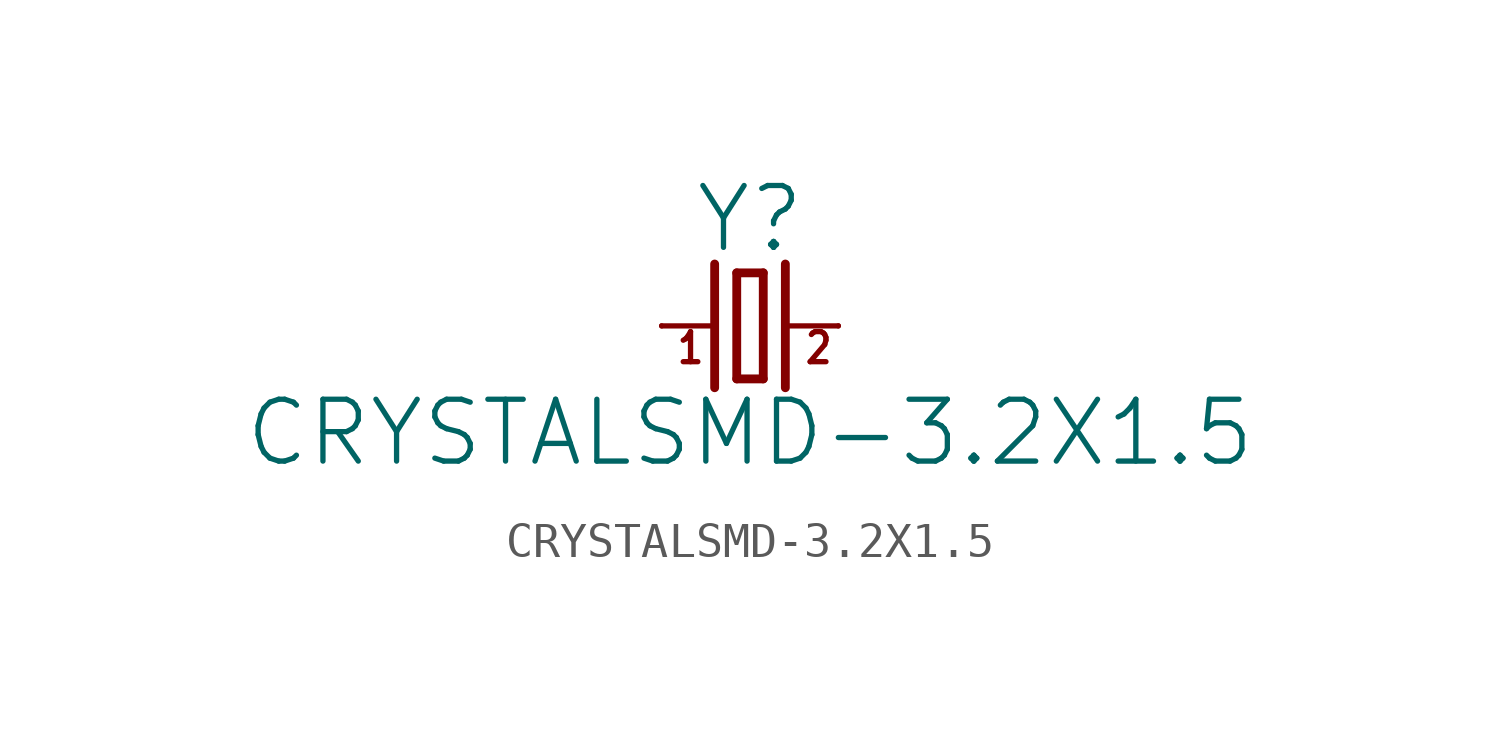
<source format=kicad_sym>
(kicad_symbol_lib
  (version 20211014)
  (generator kicad_symbol_editor)
  (symbol "CRYSTALSMD-3.2X1.5"
    (property "Reference" "Y"
      (at 0 2.032 0)
      (effects (font (size 1.778 1.778)) (justify bottom)))
    (property "Value" "CRYSTALSMD-3.2X1.5"
      (at 0 -2.032 0)
      (effects (font (size 1.778 1.778)) (justify top)))
    (property "ki_locked" ""
      (at 0 0 0)
      (effects (font (size 1.27 1.27))))
    (symbol "CRYSTALSMD-3.2X1.5_1_0"
      (polyline (pts (xy -2.54 0) (xy -1.016 0)) (stroke (width 0.152) (type default) (color 0 0 0 0)) (fill (type none)))
      (polyline (pts (xy -1.016 1.778) (xy -1.016 -1.778)) (stroke (width 0.254) (type default) (color 0 0 0 0)) (fill (type none)))
      (polyline (pts (xy -0.381 -1.524) (xy 0.381 -1.524)) (stroke (width 0.254) (type default) (color 0 0 0 0)) (fill (type none)))
      (polyline (pts (xy -0.381 1.524) (xy -0.381 -1.524)) (stroke (width 0.254) (type default) (color 0 0 0 0)) (fill (type none)))
      (polyline (pts (xy 0.381 -1.524) (xy 0.381 1.524)) (stroke (width 0.254) (type default) (color 0 0 0 0)) (fill (type none)))
      (polyline (pts (xy 0.381 1.524) (xy -0.381 1.524)) (stroke (width 0.254) (type default) (color 0 0 0 0)) (fill (type none)))
      (polyline (pts (xy 1.016 0) (xy 2.54 0)) (stroke (width 0.152) (type default) (color 0 0 0 0)) (fill (type none)))
      (polyline (pts (xy 1.016 1.778) (xy 1.016 -1.778)) (stroke (width 0.254) (type default) (color 0 0 0 0)) (fill (type none)))
      (text "1" (at -2.159 -1.143 0) (effects (font (size 0.864 0.734)) (justify left bottom)))
      (text "2" (at 1.524 -1.143 0) (effects (font (size 0.864 0.734)) (justify left bottom)))
      (pin passive line (at -2.54 0 0) (length 0) (name "1" (effects (font (size 0 0)))) (number "P$1" (effects (font (size 0 0)))))
      (pin passive line (at 2.54 0 180) (length 0) (name "2" (effects (font (size 0 0)))) (number "P$2" (effects (font (size 0 0))))))))
</source>
